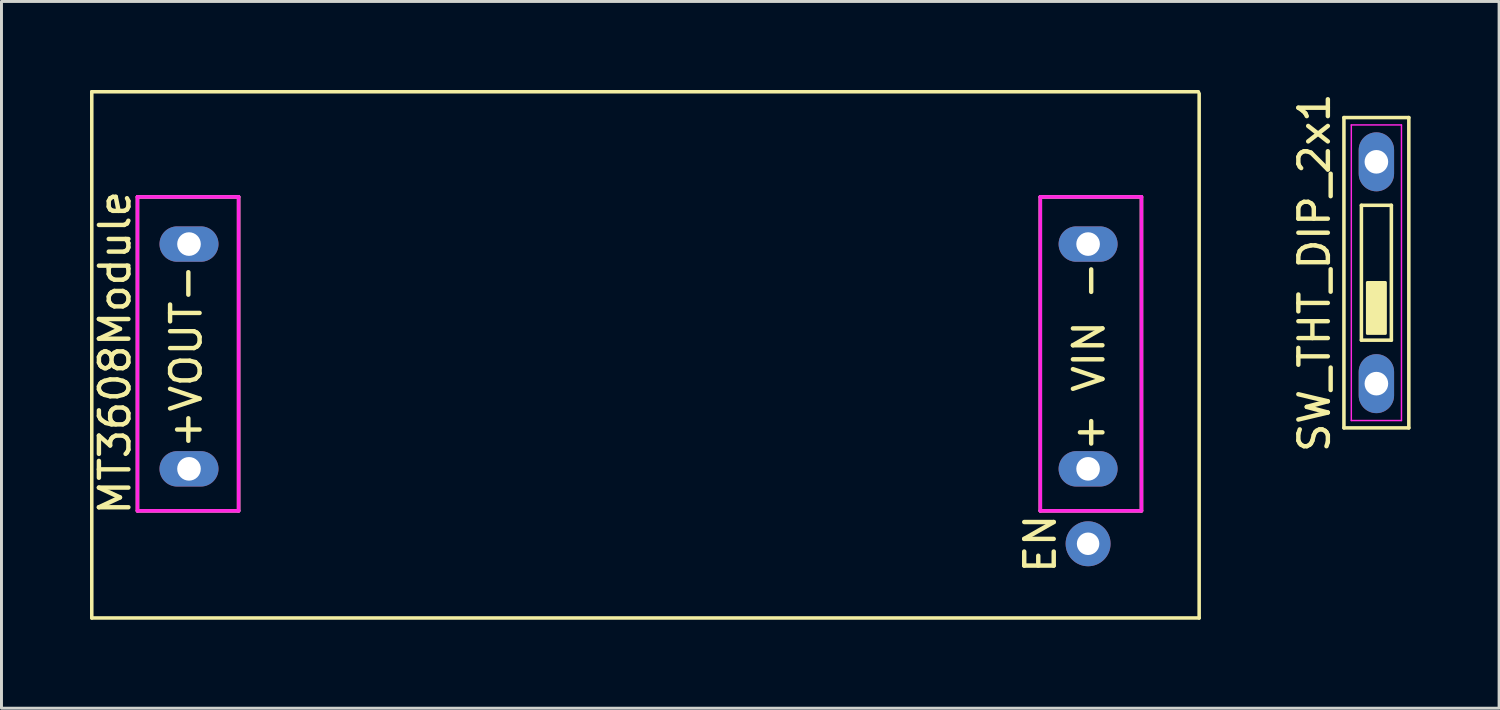
<source format=kicad_pcb>
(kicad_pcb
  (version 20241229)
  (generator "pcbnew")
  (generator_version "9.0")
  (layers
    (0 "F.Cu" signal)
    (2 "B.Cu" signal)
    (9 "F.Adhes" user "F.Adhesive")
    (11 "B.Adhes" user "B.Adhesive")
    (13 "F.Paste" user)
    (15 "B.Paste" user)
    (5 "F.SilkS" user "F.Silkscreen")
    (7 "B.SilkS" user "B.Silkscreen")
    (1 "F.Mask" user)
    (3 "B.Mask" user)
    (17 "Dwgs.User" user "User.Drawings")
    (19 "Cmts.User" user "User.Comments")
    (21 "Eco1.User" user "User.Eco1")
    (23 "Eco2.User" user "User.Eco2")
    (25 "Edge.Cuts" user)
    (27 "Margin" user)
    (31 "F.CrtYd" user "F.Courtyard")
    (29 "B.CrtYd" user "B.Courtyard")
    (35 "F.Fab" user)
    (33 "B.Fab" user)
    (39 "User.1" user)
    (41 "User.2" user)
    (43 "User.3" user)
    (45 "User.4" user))
  (footprint "SW_THT_DIP_2x1"
    (layer "F.Cu")
    (at 43.61 6.196)
    (property "Reference" "SW_THT_DIP_2x1" (at -2.1 0 90) (layer "F.SilkS") (effects (font (size 1 1) (thickness 0.15))))
    (attr through_hole)
    (fp_line (start -1.1 5.26) (end 1.1 5.26) (stroke (width 0.12) (type solid)) (layer "F.SilkS"))
    (fp_line (start -1.1 -5.26) (end -1.1 5.258) (stroke (width 0.12) (type solid)) (layer "F.SilkS"))
    (fp_line (start -0.508 -2.286) (end 0.508 -2.286) (stroke (width 0.12) (type solid)) (layer "F.SilkS"))
    (fp_line (start -0.508 2.286) (end -0.508 -2.286) (stroke (width 0.12) (type solid)) (layer "F.SilkS"))
    (fp_line (start 0.508 -2.286) (end 0.508 2.286) (stroke (width 0.12) (type solid)) (layer "F.SilkS"))
    (fp_line (start 0.508 2.286) (end -0.508 2.286) (stroke (width 0.12) (type solid)) (layer "F.SilkS"))
    (fp_line (start 1.1 5.26) (end 1.1 -5.26) (stroke (width 0.12) (type solid)) (layer "F.SilkS"))
    (fp_line (start 1.1 -5.26) (end -1.1 -5.26) (stroke (width 0.12) (type solid)) (layer "F.SilkS"))
    (fp_poly (pts (xy 0.305 2.057) (xy -0.305 2.057) (xy -0.305 0.33) (xy 0.305 0.33)) (stroke (width 0.1) (type solid)) (fill yes) (layer "F.SilkS"))
    (fp_line (start -0.85 -5.01) (end 0.85 -5.01) (stroke (width 0.05) (type solid)) (layer "F.CrtYd"))
    (fp_line (start -0.85 5.01) (end -0.85 -5.01) (stroke (width 0.05) (type solid)) (layer "F.CrtYd"))
    (fp_line (start 0.85 -5.01) (end 0.85 5.01) (stroke (width 0.05) (type solid)) (layer "F.CrtYd"))
    (fp_line (start 0.85 5.01) (end -0.85 5.01) (stroke (width 0.05) (type solid)) (layer "F.CrtYd"))
    (pad "1" thru_hole oval (at 0 3.76) (size 1.2 2) (drill 0.8) (layers "*.Cu" "*.Mask"))
    (pad "2" thru_hole oval (at 0 -3.76) (size 1.2 2) (drill 0.8) (layers "*.Cu" "*.Mask")))
  (footprint "MT3608Module"
    (layer "F.Cu")
    (at 19.009 9.035)
    (property "Reference" "MT3608Module" (at -18.161 -0.127 270) (layer "F.SilkS") (effects (font (size 1 1) (thickness 0.15))))
    (attr through_hole)
    (fp_line (start -18.948 -8.975) (end -18.948 8.865) (stroke (width 0.12) (type solid)) (layer "F.SilkS"))
    (fp_line (start -18.948 8.865) (end 18.593 8.865) (stroke (width 0.12) (type solid)) (layer "F.SilkS"))
    (fp_line (start -17.399 -5.41) (end -17.399 5.232) (stroke (width 0.12) (type solid)) (layer "F.SilkS"))
    (fp_line (start -17.399 5.232) (end -13.97 5.232) (stroke (width 0.12) (type solid)) (layer "F.SilkS"))
    (fp_line (start -13.97 -5.41) (end -17.399 -5.41) (stroke (width 0.12) (type solid)) (layer "F.SilkS"))
    (fp_line (start -13.97 5.232) (end -13.97 -5.41) (stroke (width 0.12) (type solid)) (layer "F.SilkS"))
    (fp_line (start 13.208 -5.41) (end 13.208 5.232) (stroke (width 0.12) (type solid)) (layer "F.SilkS"))
    (fp_line (start 13.208 5.232) (end 16.637 5.232) (stroke (width 0.12) (type solid)) (layer "F.SilkS"))
    (fp_line (start 16.637 -5.41) (end 13.208 -5.41) (stroke (width 0.12) (type solid)) (layer "F.SilkS"))
    (fp_line (start 16.637 5.232) (end 16.637 -5.41) (stroke (width 0.12) (type solid)) (layer "F.SilkS"))
    (fp_line (start 18.567 -8.975) (end -18.948 -8.975) (stroke (width 0.12) (type solid)) (layer "F.SilkS"))
    (fp_line (start 18.593 8.865) (end 18.593 -8.915) (stroke (width 0.12) (type solid)) (layer "F.SilkS"))
    (fp_line (start -17.399 -5.41) (end -17.399 5.232) (stroke (width 0.12) (type solid)) (layer "F.CrtYd"))
    (fp_line (start -17.399 5.232) (end -13.97 5.232) (stroke (width 0.12) (type solid)) (layer "F.CrtYd"))
    (fp_line (start -13.97 -5.41) (end -17.399 -5.41) (stroke (width 0.12) (type solid)) (layer "F.CrtYd"))
    (fp_line (start -13.97 5.232) (end -13.97 -5.41) (stroke (width 0.12) (type solid)) (layer "F.CrtYd"))
    (fp_line (start 13.208 -5.41) (end 13.208 5.232) (stroke (width 0.12) (type solid)) (layer "F.CrtYd"))
    (fp_line (start 13.208 5.232) (end 16.637 5.232) (stroke (width 0.12) (type solid)) (layer "F.CrtYd"))
    (fp_line (start 16.637 -5.41) (end 13.208 -5.41) (stroke (width 0.12) (type solid)) (layer "F.CrtYd"))
    (fp_line (start 16.637 5.232) (end 16.637 -5.41) (stroke (width 0.12) (type solid)) (layer "F.CrtYd"))
    (fp_text user "+VOUT-" (at -15.748 0 270) (layer "F.SilkS") (effects (font (size 1 1) (thickness 0.15))))
    (fp_text user "EN" (at 13.208 6.35 270) (layer "F.SilkS") (effects (font (size 1 1) (thickness 0.15))))
    (fp_text user "+ VIN -" (at 14.859 0 270) (layer "F.SilkS") (effects (font (size 1 1) (thickness 0.15))))
    (pad "1" thru_hole oval (at 14.828 -3.811 90) (size 1.2 2) (drill 0.8) (layers "*.Cu" "*.Mask"))
    (pad "2" thru_hole oval (at 14.828 3.809 90) (size 1.2 2) (drill 0.8) (layers "*.Cu" "*.Mask"))
    (pad "3" thru_hole oval (at -15.652 -3.811 90) (size 1.2 2) (drill 0.8) (layers "*.Cu" "*.Mask"))
    (pad "4" thru_hole oval (at -15.652 3.809 90) (size 1.2 2) (drill 0.8) (layers "*.Cu" "*.Mask"))
    (pad "5" thru_hole circle (at 14.828 6.349) (size 1.524 1.524) (drill 0.762) (layers "*.Cu" "*.Mask")))
  (gr_rect
    (start -3 -3)
    (end 47.77 20.959)
    (stroke (width 0.1) (type default))
    (fill no)
    (layer "Edge.Cuts")))
</source>
